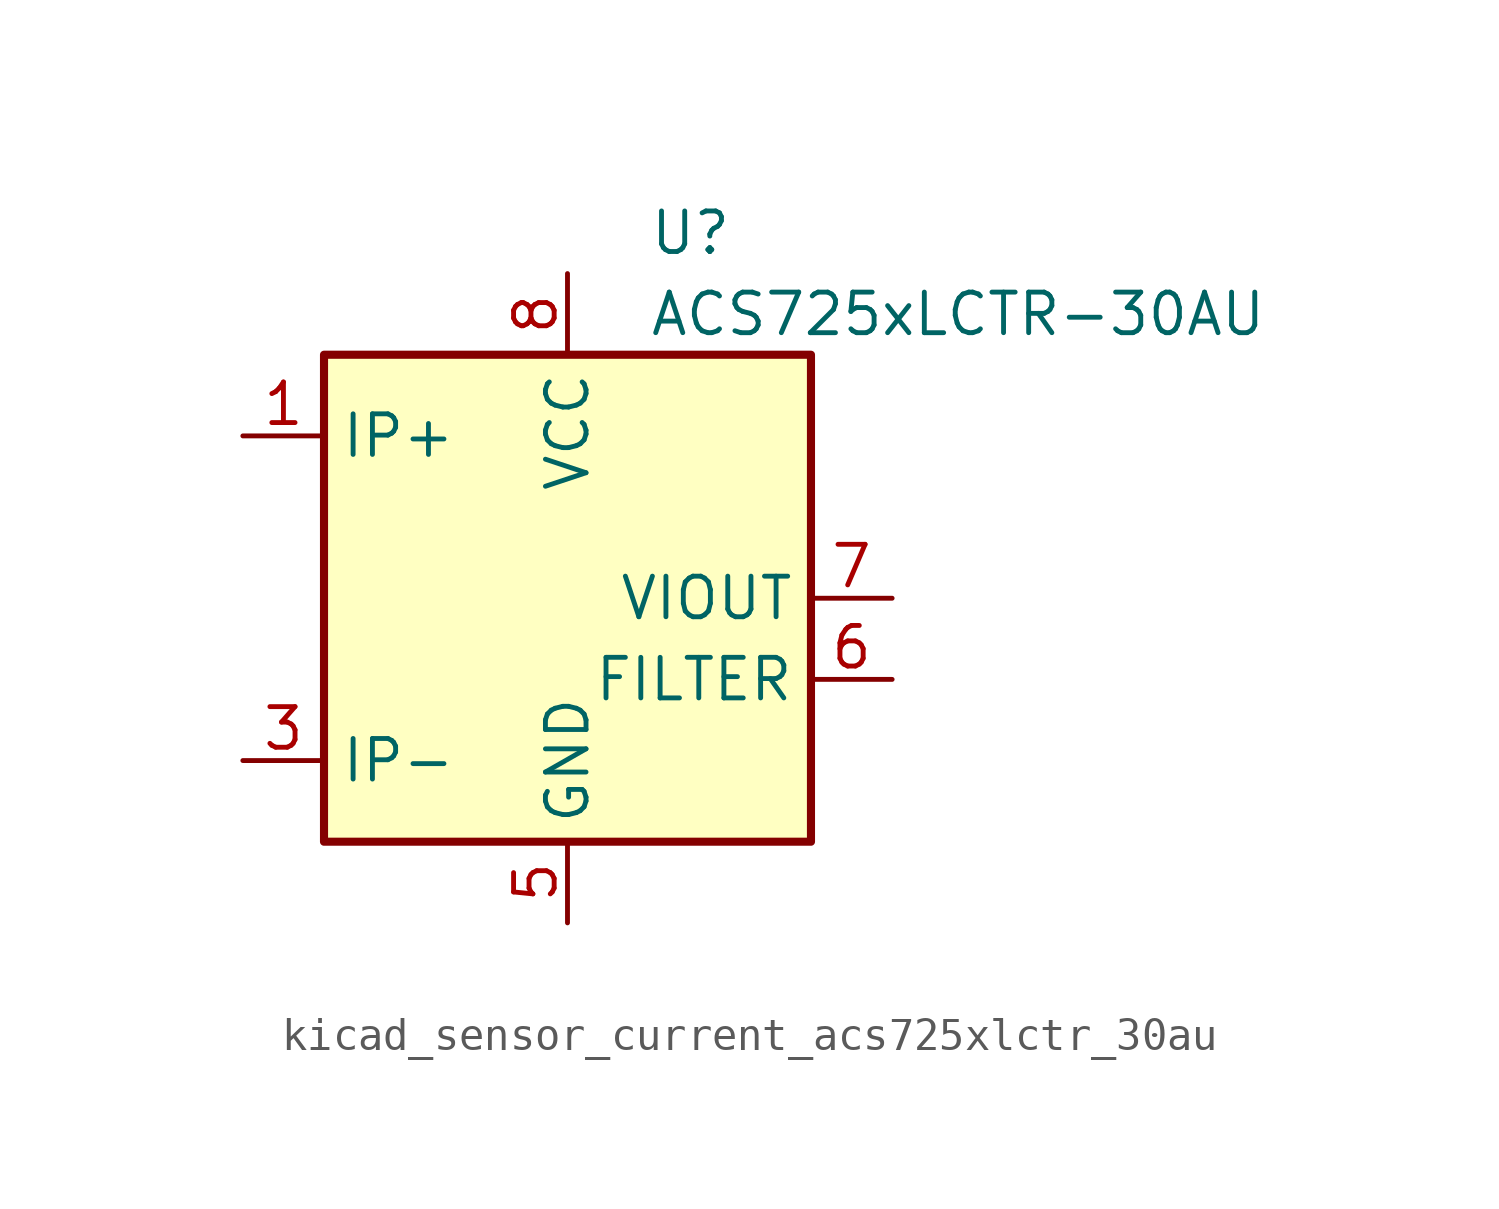
<source format=kicad_sym>
(kicad_symbol_lib
  (version 20220914)
  (generator kicad_symbol_editor)
  (symbol "kicad_sensor_current_acs725xlctr_30au"
    (property "Reference" "U"
      (at 2.54 11.43 0)
      (effects (font (size 1.27 1.27)) (justify left)))
    (property "Value" "ACS725xLCTR-30AU"
      (at 2.54 8.89 0)
      (effects (font (size 1.27 1.27)) (justify left)))
    (symbol "kicad_sensor_current_acs725xlctr_30au_0_1"
      (rectangle (start -7.62 7.62) (end 7.62 -7.62) (stroke (width 0.254) (type default)) (fill (type background))))
    (symbol "kicad_sensor_current_acs725xlctr_30au_1_1"
      (pin passive line (at -10.16 5.08 0) (length 2.54) (name "IP+" (effects (font (size 1.27 1.27)))) (number "1" (effects (font (size 1.27 1.27)))))
      (pin passive line (at -10.16 5.08 0) (length 2.54) hide (name "IP+" (effects (font (size 1.27 1.27)))) (number "2" (effects (font (size 1.27 1.27)))))
      (pin passive line (at -10.16 -5.08 0) (length 2.54) (name "IP-" (effects (font (size 1.27 1.27)))) (number "3" (effects (font (size 1.27 1.27)))))
      (pin passive line (at -10.16 -5.08 0) (length 2.54) hide (name "IP-" (effects (font (size 1.27 1.27)))) (number "4" (effects (font (size 1.27 1.27)))))
      (pin power_in line (at 0 -10.16 90) (length 2.54) (name "GND" (effects (font (size 1.27 1.27)))) (number "5" (effects (font (size 1.27 1.27)))))
      (pin passive line (at 10.16 -2.54 180) (length 2.54) (name "FILTER" (effects (font (size 1.27 1.27)))) (number "6" (effects (font (size 1.27 1.27)))))
      (pin output line (at 10.16 0 180) (length 2.54) (name "VIOUT" (effects (font (size 1.27 1.27)))) (number "7" (effects (font (size 1.27 1.27)))))
      (pin power_in line (at 0 10.16 270) (length 2.54) (name "VCC" (effects (font (size 1.27 1.27)))) (number "8" (effects (font (size 1.27 1.27))))))))
</source>
